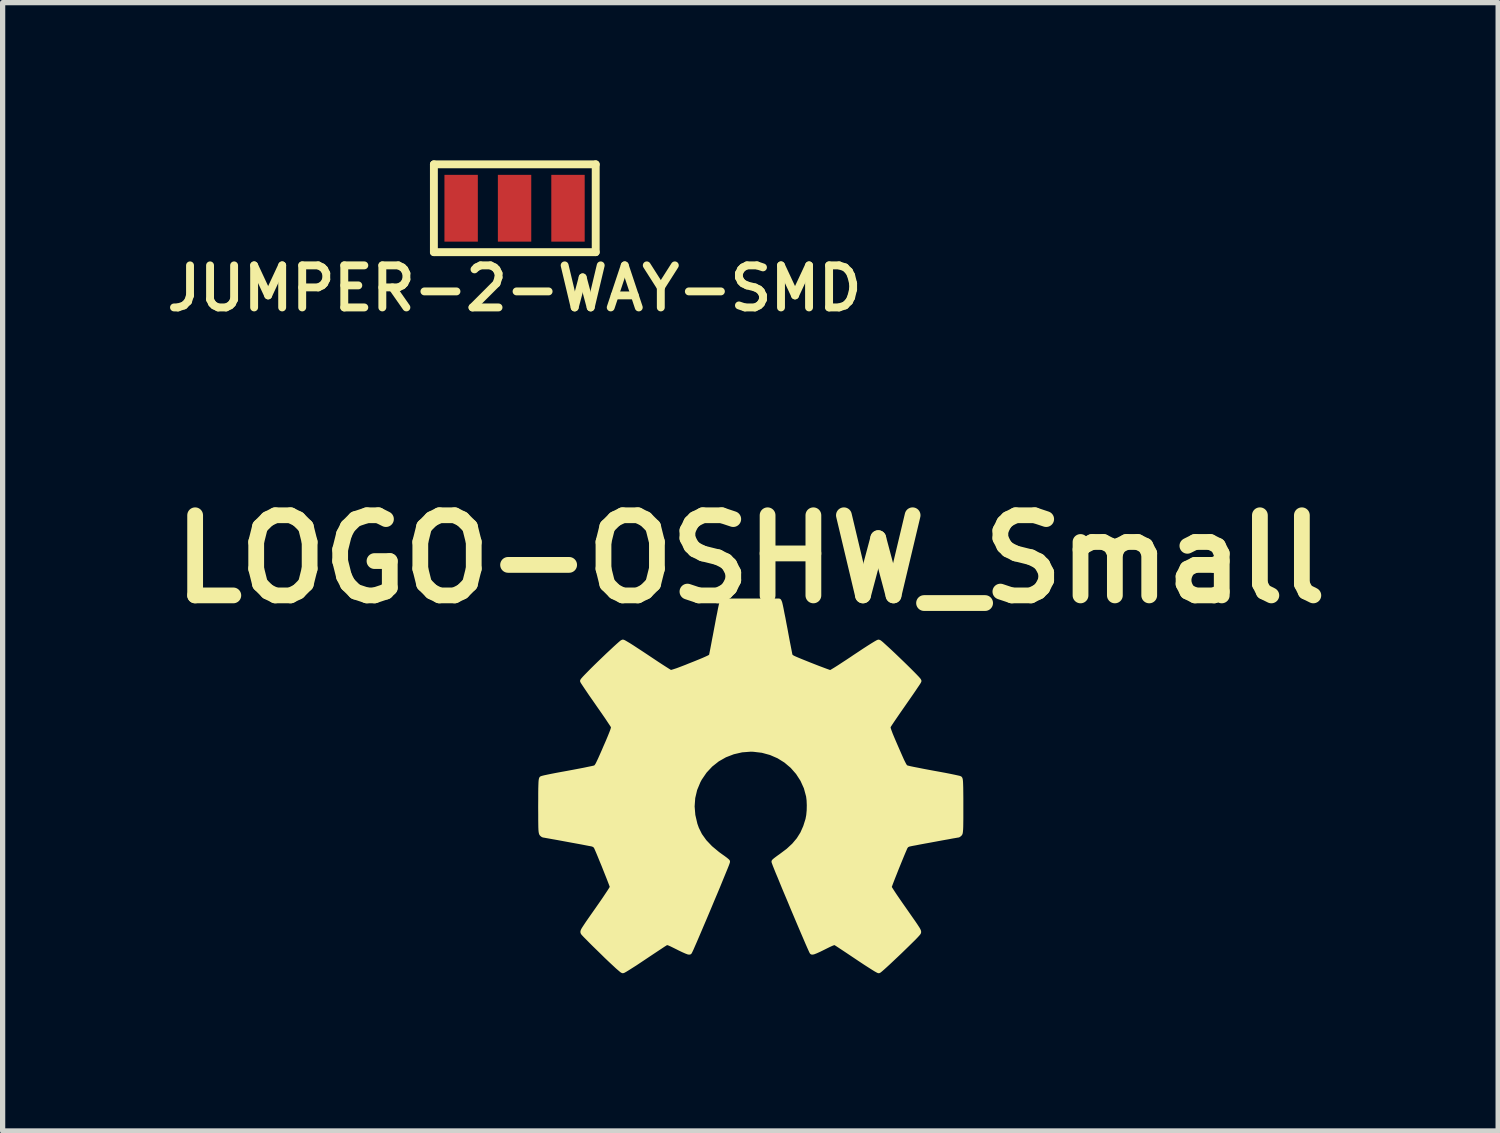
<source format=kicad_pcb>
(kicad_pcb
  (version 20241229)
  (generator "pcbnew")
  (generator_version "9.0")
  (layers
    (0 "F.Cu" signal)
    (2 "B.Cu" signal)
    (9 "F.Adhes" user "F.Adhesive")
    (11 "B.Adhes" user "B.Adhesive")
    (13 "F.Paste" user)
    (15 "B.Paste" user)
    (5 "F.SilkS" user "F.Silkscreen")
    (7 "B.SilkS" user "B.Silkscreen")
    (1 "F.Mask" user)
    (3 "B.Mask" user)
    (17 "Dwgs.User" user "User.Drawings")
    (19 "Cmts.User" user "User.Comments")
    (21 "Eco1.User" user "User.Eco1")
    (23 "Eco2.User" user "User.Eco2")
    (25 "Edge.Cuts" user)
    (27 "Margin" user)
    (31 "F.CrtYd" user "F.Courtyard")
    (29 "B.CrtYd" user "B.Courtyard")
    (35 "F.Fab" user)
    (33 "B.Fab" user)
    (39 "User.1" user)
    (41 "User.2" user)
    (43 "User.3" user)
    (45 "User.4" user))
  (footprint "LOGO-OSHW_Small"
    (layer "F.Cu")
    (at 11.22 11.901)
    (property "Reference" "LOGO-OSHW_Small" (at 0 -4.318 0) (layer "F.SilkS") (effects (font (size 1.524 1.524) (thickness 0.3))))
    (attr through_hole)
    (fp_poly (pts (xy 3.999 0.378) (xy 3.999 0.509) (xy 3.999 0.616) (xy 3.998 0.701) (xy 3.997 0.768) (xy 3.995 0.818) (xy 3.992 0.854) (xy 3.989 0.879) (xy 3.985 0.895) (xy 3.979 0.904) (xy 3.978 0.905) (xy 3.958 0.922) (xy 3.949 0.926) (xy 3.933 0.928) (xy 3.894 0.935) (xy 3.835 0.945) (xy 3.762 0.959) (xy 3.677 0.974) (xy 3.584 0.991) (xy 3.487 1.009) (xy 3.39 1.027) (xy 3.296 1.044) (xy 3.21 1.06) (xy 3.134 1.075) (xy 3.073 1.086) (xy 3.031 1.095) (xy 3.011 1.099) (xy 2.968 1.118) (xy 2.941 1.154) (xy 2.941 1.154) (xy 2.926 1.189) (xy 2.904 1.24) (xy 2.876 1.306) (xy 2.845 1.382) (xy 2.811 1.465) (xy 2.776 1.551) (xy 2.743 1.635) (xy 2.711 1.715) (xy 2.683 1.787) (xy 2.66 1.847) (xy 2.644 1.891) (xy 2.635 1.916) (xy 2.635 1.919) (xy 2.642 1.935) (xy 2.663 1.969) (xy 2.696 2.021) (xy 2.739 2.086) (xy 2.791 2.162) (xy 2.849 2.246) (xy 2.903 2.323) (xy 2.979 2.432) (xy 3.041 2.521) (xy 3.091 2.592) (xy 3.129 2.648) (xy 3.157 2.691) (xy 3.177 2.722) (xy 3.189 2.745) (xy 3.195 2.76) (xy 3.197 2.771) (xy 3.195 2.779) (xy 3.191 2.787) (xy 3.19 2.788) (xy 3.175 2.806) (xy 3.144 2.84) (xy 3.1 2.886) (xy 3.044 2.941) (xy 2.979 3.005) (xy 2.909 3.073) (xy 2.836 3.144) (xy 2.761 3.215) (xy 2.689 3.283) (xy 2.621 3.347) (xy 2.56 3.403) (xy 2.509 3.449) (xy 2.47 3.483) (xy 2.446 3.502) (xy 2.44 3.506) (xy 2.423 3.498) (xy 2.387 3.478) (xy 2.334 3.445) (xy 2.268 3.403) (xy 2.19 3.353) (xy 2.104 3.296) (xy 2.035 3.25) (xy 1.944 3.189) (xy 1.859 3.132) (xy 1.782 3.081) (xy 1.717 3.038) (xy 1.667 3.005) (xy 1.634 2.984) (xy 1.622 2.977) (xy 1.609 2.972) (xy 1.592 2.971) (xy 1.57 2.977) (xy 1.537 2.99) (xy 1.489 3.012) (xy 1.424 3.044) (xy 1.388 3.062) (xy 1.307 3.102) (xy 1.243 3.131) (xy 1.199 3.148) (xy 1.176 3.153) (xy 1.173 3.152) (xy 1.165 3.137) (xy 1.148 3.1) (xy 1.123 3.044) (xy 1.091 2.971) (xy 1.053 2.882) (xy 1.01 2.782) (xy 0.963 2.672) (xy 0.913 2.554) (xy 0.861 2.431) (xy 0.808 2.306) (xy 0.756 2.18) (xy 0.704 2.057) (xy 0.654 1.938) (xy 0.608 1.826) (xy 0.566 1.723) (xy 0.528 1.633) (xy 0.497 1.556) (xy 0.473 1.496) (xy 0.458 1.455) (xy 0.451 1.436) (xy 0.451 1.434) (xy 0.464 1.421) (xy 0.494 1.397) (xy 0.537 1.365) (xy 0.585 1.331) (xy 0.721 1.229) (xy 0.832 1.126) (xy 0.922 1.019) (xy 0.995 0.903) (xy 1.052 0.774) (xy 1.096 0.635) (xy 1.111 0.556) (xy 1.12 0.461) (xy 1.122 0.36) (xy 1.118 0.264) (xy 1.108 0.185) (xy 1.064 0.023) (xy 0.996 -0.127) (xy 0.908 -0.263) (xy 0.801 -0.385) (xy 0.677 -0.49) (xy 0.539 -0.576) (xy 0.389 -0.641) (xy 0.228 -0.685) (xy 0.059 -0.705) (xy 0.007 -0.707) (xy -0.165 -0.694) (xy -0.33 -0.656) (xy -0.486 -0.596) (xy -0.63 -0.514) (xy -0.76 -0.411) (xy -0.873 -0.29) (xy -0.968 -0.151) (xy -0.996 -0.099) (xy -1.061 0.057) (xy -1.099 0.218) (xy -1.111 0.385) (xy -1.097 0.554) (xy -1.057 0.726) (xy -1.027 0.81) (xy -0.965 0.935) (xy -0.877 1.058) (xy -0.764 1.177) (xy -0.627 1.291) (xy -0.572 1.331) (xy -0.521 1.367) (xy -0.478 1.399) (xy -0.449 1.423) (xy -0.438 1.434) (xy -0.442 1.448) (xy -0.455 1.485) (xy -0.477 1.54) (xy -0.507 1.613) (xy -0.543 1.701) (xy -0.584 1.801) (xy -0.629 1.911) (xy -0.678 2.028) (xy -0.73 2.151) (xy -0.782 2.276) (xy -0.835 2.402) (xy -0.887 2.525) (xy -0.938 2.644) (xy -0.986 2.757) (xy -1.03 2.86) (xy -1.069 2.951) (xy -1.103 3.028) (xy -1.129 3.088) (xy -1.149 3.13) (xy -1.159 3.15) (xy -1.16 3.152) (xy -1.177 3.151) (xy -1.215 3.137) (xy -1.274 3.111) (xy -1.351 3.074) (xy -1.374 3.062) (xy -1.449 3.025) (xy -1.504 2.998) (xy -1.543 2.981) (xy -1.57 2.973) (xy -1.588 2.971) (xy -1.603 2.974) (xy -1.609 2.977) (xy -1.628 2.989) (xy -1.666 3.013) (xy -1.72 3.049) (xy -1.788 3.094) (xy -1.868 3.147) (xy -1.955 3.205) (xy -2.022 3.25) (xy -2.112 3.31) (xy -2.196 3.366) (xy -2.272 3.414) (xy -2.335 3.454) (xy -2.384 3.484) (xy -2.416 3.502) (xy -2.426 3.506) (xy -2.442 3.497) (xy -2.474 3.47) (xy -2.522 3.429) (xy -2.582 3.373) (xy -2.654 3.306) (xy -2.735 3.229) (xy -2.807 3.158) (xy -2.888 3.079) (xy -2.964 3.005) (xy -3.031 2.938) (xy -3.088 2.88) (xy -3.133 2.835) (xy -3.163 2.803) (xy -3.176 2.788) (xy -3.176 2.788) (xy -3.181 2.78) (xy -3.183 2.772) (xy -3.182 2.762) (xy -3.177 2.748) (xy -3.166 2.727) (xy -3.147 2.697) (xy -3.12 2.656) (xy -3.084 2.602) (xy -3.036 2.533) (xy -2.976 2.447) (xy -2.902 2.342) (xy -2.889 2.323) (xy -2.827 2.234) (xy -2.769 2.15) (xy -2.719 2.075) (xy -2.677 2.012) (xy -2.646 1.963) (xy -2.627 1.931) (xy -2.621 1.919) (xy -2.626 1.903) (xy -2.639 1.866) (xy -2.66 1.811) (xy -2.686 1.744) (xy -2.717 1.666) (xy -2.75 1.583) (xy -2.784 1.497) (xy -2.819 1.413) (xy -2.851 1.334) (xy -2.88 1.264) (xy -2.905 1.206) (xy -2.923 1.165) (xy -2.928 1.154) (xy -2.955 1.118) (xy -2.997 1.099) (xy -2.997 1.099) (xy -3.019 1.094) (xy -3.063 1.086) (xy -3.125 1.074) (xy -3.202 1.059) (xy -3.289 1.043) (xy -3.383 1.026) (xy -3.48 1.008) (xy -3.577 0.99) (xy -3.669 0.973) (xy -3.754 0.958) (xy -3.826 0.945) (xy -3.883 0.935) (xy -3.921 0.928) (xy -3.936 0.926) (xy -3.95 0.918) (xy -3.964 0.905) (xy -3.97 0.897) (xy -3.974 0.883) (xy -3.978 0.861) (xy -3.981 0.828) (xy -3.983 0.781) (xy -3.984 0.719) (xy -3.985 0.638) (xy -3.985 0.537) (xy -3.986 0.412) (xy -3.986 0.378) (xy -3.985 0.243) (xy -3.985 0.132) (xy -3.984 0.044) (xy -3.982 -0.025) (xy -3.98 -0.076) (xy -3.977 -0.111) (xy -3.973 -0.132) (xy -3.969 -0.143) (xy -3.968 -0.143) (xy -3.951 -0.149) (xy -3.911 -0.159) (xy -3.85 -0.172) (xy -3.772 -0.188) (xy -3.679 -0.206) (xy -3.576 -0.225) (xy -3.471 -0.244) (xy -3.359 -0.265) (xy -3.254 -0.285) (xy -3.16 -0.303) (xy -3.079 -0.32) (xy -3.015 -0.333) (xy -2.971 -0.343) (xy -2.951 -0.349) (xy -2.939 -0.356) (xy -2.926 -0.368) (xy -2.913 -0.386) (xy -2.896 -0.414) (xy -2.876 -0.455) (xy -2.85 -0.51) (xy -2.817 -0.584) (xy -2.776 -0.677) (xy -2.751 -0.736) (xy -2.704 -0.843) (xy -2.668 -0.929) (xy -2.641 -0.996) (xy -2.621 -1.047) (xy -2.609 -1.084) (xy -2.603 -1.11) (xy -2.601 -1.128) (xy -2.604 -1.138) (xy -2.614 -1.156) (xy -2.638 -1.193) (xy -2.674 -1.247) (xy -2.719 -1.315) (xy -2.773 -1.393) (xy -2.834 -1.481) (xy -2.899 -1.574) (xy -2.902 -1.579) (xy -2.967 -1.672) (xy -3.027 -1.758) (xy -3.079 -1.835) (xy -3.123 -1.9) (xy -3.157 -1.951) (xy -3.18 -1.986) (xy -3.188 -2.002) (xy -3.189 -2.002) (xy -3.179 -2.016) (xy -3.153 -2.046) (xy -3.112 -2.089) (xy -3.059 -2.143) (xy -2.997 -2.206) (xy -2.928 -2.274) (xy -2.855 -2.345) (xy -2.78 -2.417) (xy -2.706 -2.488) (xy -2.635 -2.554) (xy -2.571 -2.614) (xy -2.515 -2.665) (xy -2.471 -2.704) (xy -2.44 -2.73) (xy -2.425 -2.738) (xy -2.408 -2.731) (xy -2.372 -2.71) (xy -2.318 -2.678) (xy -2.25 -2.635) (xy -2.171 -2.583) (xy -2.082 -2.525) (xy -1.987 -2.462) (xy -1.972 -2.452) (xy -1.876 -2.388) (xy -1.786 -2.328) (xy -1.705 -2.275) (xy -1.635 -2.23) (xy -1.578 -2.194) (xy -1.539 -2.17) (xy -1.518 -2.16) (xy -1.517 -2.16) (xy -1.496 -2.163) (xy -1.452 -2.176) (xy -1.388 -2.197) (xy -1.308 -2.227) (xy -1.212 -2.264) (xy -1.166 -2.283) (xy -1.052 -2.328) (xy -0.961 -2.365) (xy -0.889 -2.395) (xy -0.835 -2.419) (xy -0.796 -2.437) (xy -0.769 -2.451) (xy -0.753 -2.463) (xy -0.743 -2.473) (xy -0.738 -2.483) (xy -0.738 -2.484) (xy -0.734 -2.502) (xy -0.726 -2.543) (xy -0.714 -2.603) (xy -0.699 -2.681) (xy -0.682 -2.773) (xy -0.662 -2.875) (xy -0.642 -2.983) (xy -0.621 -3.093) (xy -0.602 -3.196) (xy -0.583 -3.288) (xy -0.568 -3.367) (xy -0.555 -3.428) (xy -0.545 -3.47) (xy -0.54 -3.489) (xy -0.527 -3.519) (xy 0.007 -3.519) (xy 0.541 -3.519) (xy 0.554 -3.489) (xy 0.559 -3.47) (xy 0.569 -3.427) (xy 0.582 -3.365) (xy 0.597 -3.286) (xy 0.616 -3.194) (xy 0.635 -3.091) (xy 0.656 -2.983) (xy 0.676 -2.874) (xy 0.695 -2.772) (xy 0.713 -2.68) (xy 0.728 -2.603) (xy 0.74 -2.542) (xy 0.748 -2.501) (xy 0.752 -2.484) (xy 0.767 -2.463) (xy 0.798 -2.441) (xy 0.808 -2.436) (xy 0.845 -2.419) (xy 0.899 -2.396) (xy 0.967 -2.368) (xy 1.044 -2.337) (xy 1.126 -2.304) (xy 1.21 -2.271) (xy 1.292 -2.239) (xy 1.367 -2.211) (xy 1.431 -2.187) (xy 1.481 -2.169) (xy 1.513 -2.158) (xy 1.521 -2.157) (xy 1.538 -2.164) (xy 1.574 -2.185) (xy 1.627 -2.217) (xy 1.695 -2.26) (xy 1.774 -2.312) (xy 1.863 -2.37) (xy 1.959 -2.434) (xy 1.979 -2.448) (xy 2.076 -2.512) (xy 2.166 -2.572) (xy 2.248 -2.625) (xy 2.319 -2.67) (xy 2.376 -2.705) (xy 2.416 -2.728) (xy 2.437 -2.738) (xy 2.439 -2.738) (xy 2.454 -2.729) (xy 2.485 -2.704) (xy 2.529 -2.664) (xy 2.585 -2.613) (xy 2.65 -2.553) (xy 2.72 -2.487) (xy 2.794 -2.416) (xy 2.869 -2.344) (xy 2.942 -2.273) (xy 3.011 -2.205) (xy 3.073 -2.143) (xy 3.126 -2.089) (xy 3.167 -2.046) (xy 3.193 -2.016) (xy 3.202 -2.002) (xy 3.195 -1.988) (xy 3.174 -1.955) (xy 3.14 -1.905) (xy 3.097 -1.841) (xy 3.045 -1.765) (xy 2.986 -1.68) (xy 2.922 -1.588) (xy 2.916 -1.579) (xy 2.851 -1.486) (xy 2.79 -1.398) (xy 2.736 -1.319) (xy 2.689 -1.25) (xy 2.653 -1.196) (xy 2.628 -1.157) (xy 2.617 -1.138) (xy 2.617 -1.138) (xy 2.615 -1.125) (xy 2.617 -1.106) (xy 2.624 -1.078) (xy 2.638 -1.039) (xy 2.658 -0.985) (xy 2.687 -0.915) (xy 2.725 -0.826) (xy 2.764 -0.736) (xy 2.81 -0.631) (xy 2.847 -0.547) (xy 2.876 -0.482) (xy 2.9 -0.434) (xy 2.918 -0.4) (xy 2.933 -0.376) (xy 2.946 -0.362) (xy 2.958 -0.353) (xy 2.965 -0.349) (xy 2.988 -0.343) (xy 3.033 -0.332) (xy 3.099 -0.318) (xy 3.182 -0.302) (xy 3.277 -0.283) (xy 3.383 -0.263) (xy 3.485 -0.244) (xy 3.596 -0.224) (xy 3.698 -0.205) (xy 3.79 -0.187) (xy 3.867 -0.171) (xy 3.927 -0.158) (xy 3.966 -0.149) (xy 3.982 -0.143) (xy 3.986 -0.134) (xy 3.99 -0.114) (xy 3.993 -0.081) (xy 3.995 -0.033) (xy 3.997 0.033) (xy 3.998 0.119) (xy 3.999 0.226) (xy 3.999 0.358) (xy 3.999 0.378)) (stroke (width 0.1) (type solid)) (fill yes) (layer "F.SilkS")))
  (footprint "JUMPER-2-WAY-SMD"
    (layer "F.Cu")
    (at 6.735 0.91)
    (property "Reference" "JUMPER-2-WAY-SMD" (at 0 1.524 0) (layer "F.SilkS") (effects (font (size 0.8 0.8) (thickness 0.15))))
    (attr exclude_from_pos_files)
    (fp_line (start -1.534 -0.835) (end -1.534 0.835) (stroke (width 0.15) (type solid)) (layer "F.SilkS"))
    (fp_line (start -1.534 0.835) (end 1.543 0.835) (stroke (width 0.15) (type solid)) (layer "F.SilkS"))
    (fp_line (start 1.543 -0.835) (end -1.534 -0.835) (stroke (width 0.15) (type solid)) (layer "F.SilkS"))
    (fp_line (start 1.543 0.835) (end 1.543 -0.835) (stroke (width 0.15) (type solid)) (layer "F.SilkS"))
    (pad "1" smd rect (at -1.016 0 180) (size 0.635 1.27) (layers "F.Cu" "F.Mask"))
    (pad "2" smd rect (at 0 0 180) (size 0.635 1.27) (layers "F.Cu" "F.Mask"))
    (pad "3" smd rect (at 1.016 0 180) (size 0.635 1.27) (layers "F.Cu" "F.Mask")))
  (gr_rect
    (start -3 -3)
    (end 25.439 18.457)
    (stroke (width 0.1) (type default))
    (fill no)
    (layer "Edge.Cuts")))
</source>
